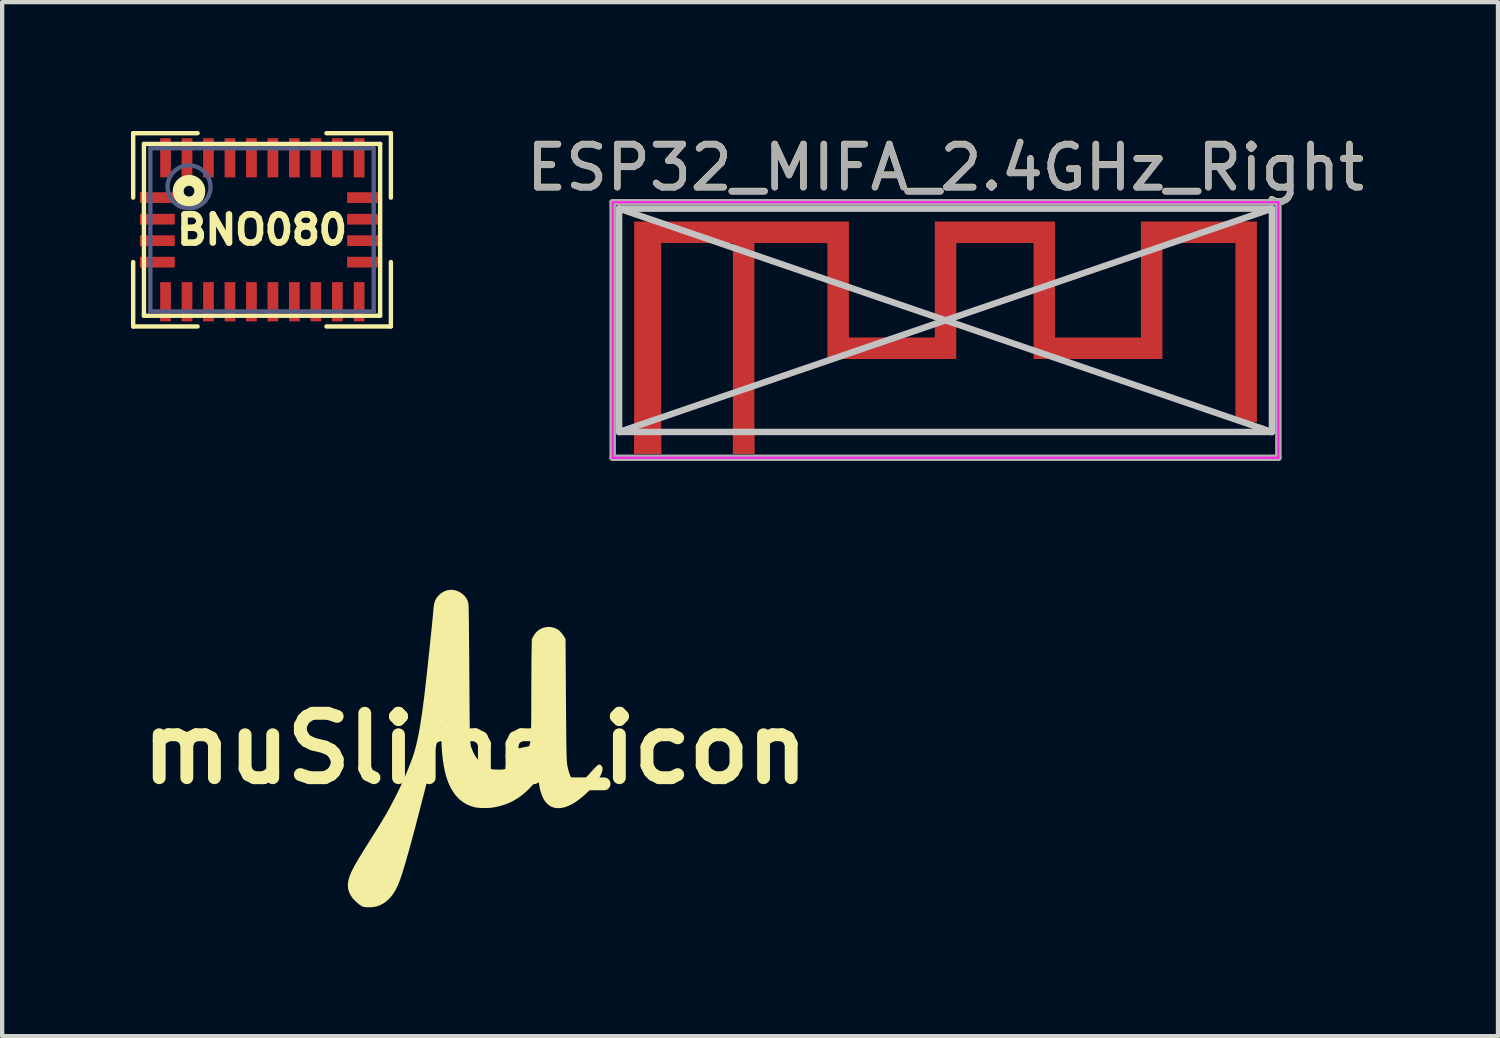
<source format=kicad_pcb>
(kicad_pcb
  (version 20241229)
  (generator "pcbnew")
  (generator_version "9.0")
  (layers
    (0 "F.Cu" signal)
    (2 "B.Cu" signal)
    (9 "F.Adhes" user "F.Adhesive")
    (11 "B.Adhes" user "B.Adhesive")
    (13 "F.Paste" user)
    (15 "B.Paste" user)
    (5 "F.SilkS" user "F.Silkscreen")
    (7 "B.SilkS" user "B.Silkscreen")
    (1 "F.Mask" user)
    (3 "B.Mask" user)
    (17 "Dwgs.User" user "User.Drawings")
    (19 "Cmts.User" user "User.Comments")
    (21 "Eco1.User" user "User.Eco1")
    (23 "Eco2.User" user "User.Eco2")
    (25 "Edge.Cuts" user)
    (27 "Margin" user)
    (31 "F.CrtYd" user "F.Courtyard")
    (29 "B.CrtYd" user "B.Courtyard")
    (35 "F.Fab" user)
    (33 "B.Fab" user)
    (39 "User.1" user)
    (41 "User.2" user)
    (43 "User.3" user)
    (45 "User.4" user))
  (footprint "muSlime_icon"
    (layer "F.Cu")
    (at 8.014 14.379)
    (property "Reference" "muSlime_icon" (at 0 0 0) (layer "F.SilkS") (effects (font (size 1.5 1.5) (thickness 0.3))))
    (attr board_only exclude_from_pos_files exclude_from_bom)
    (fp_poly (pts (xy -0.453 -3.682) (xy -0.38 -3.654) (xy -0.312 -3.612) (xy -0.26 -3.567) (xy -0.214 -3.513) (xy -0.182 -3.457) (xy -0.163 -3.398) (xy -0.158 -3.37) (xy -0.157 -3.356) (xy -0.156 -3.338) (xy -0.154 -3.314) (xy -0.153 -3.285) (xy -0.152 -3.249) (xy -0.151 -3.206) (xy -0.15 -3.156) (xy -0.149 -3.098) (xy -0.148 -3.031) (xy -0.147 -2.955) (xy -0.146 -2.87) (xy -0.145 -2.775) (xy -0.144 -2.669) (xy -0.143 -2.551) (xy -0.142 -2.422) (xy -0.141 -2.281) (xy -0.139 -2.127) (xy -0.138 -1.96) (xy -0.137 -1.779) (xy -0.136 -1.583) (xy -0.135 -1.513) (xy -0.134 -1.345) (xy -0.133 -1.191) (xy -0.132 -1.051) (xy -0.131 -0.923) (xy -0.13 -0.808) (xy -0.129 -0.704) (xy -0.128 -0.611) (xy -0.127 -0.529) (xy -0.125 -0.455) (xy -0.124 -0.39) (xy -0.122 -0.333) (xy -0.12 -0.283) (xy -0.119 -0.24) (xy -0.117 -0.203) (xy -0.114 -0.17) (xy -0.112 -0.142) (xy -0.109 -0.117) (xy -0.106 -0.095) (xy -0.103 -0.076) (xy -0.102 -0.068) (xy -0.092 -0.031) (xy -0.075 0.014) (xy -0.054 0.065) (xy -0.029 0.116) (xy -0.002 0.165) (xy 0.021 0.203) (xy 0.051 0.243) (xy 0.089 0.287) (xy 0.131 0.33) (xy 0.173 0.367) (xy 0.201 0.39) (xy 0.246 0.419) (xy 0.296 0.445) (xy 0.346 0.466) (xy 0.391 0.481) (xy 0.399 0.482) (xy 0.427 0.486) (xy 0.467 0.489) (xy 0.512 0.49) (xy 0.561 0.49) (xy 0.607 0.489) (xy 0.648 0.487) (xy 0.678 0.483) (xy 0.681 0.482) (xy 0.722 0.47) (xy 0.772 0.449) (xy 0.827 0.421) (xy 0.886 0.387) (xy 0.913 0.37) (xy 0.988 0.314) (xy 1.058 0.249) (xy 1.121 0.177) (xy 1.177 0.099) (xy 1.224 0.019) (xy 1.259 -0.061) (xy 1.28 -0.135) (xy 1.284 -0.157) (xy 1.287 -0.183) (xy 1.29 -0.214) (xy 1.293 -0.252) (xy 1.296 -0.296) (xy 1.298 -0.347) (xy 1.3 -0.407) (xy 1.301 -0.476) (xy 1.303 -0.555) (xy 1.304 -0.644) (xy 1.305 -0.745) (xy 1.305 -0.858) (xy 1.306 -0.985) (xy 1.306 -1.125) (xy 1.306 -1.212) (xy 1.306 -1.325) (xy 1.307 -1.439) (xy 1.307 -1.552) (xy 1.308 -1.664) (xy 1.308 -1.771) (xy 1.309 -1.873) (xy 1.309 -1.969) (xy 1.31 -2.056) (xy 1.311 -2.132) (xy 1.312 -2.197) (xy 1.312 -2.249) (xy 1.313 -2.254) (xy 1.318 -2.541) (xy 1.345 -2.598) (xy 1.385 -2.665) (xy 1.434 -2.722) (xy 1.492 -2.768) (xy 1.556 -2.802) (xy 1.625 -2.823) (xy 1.697 -2.833) (xy 1.77 -2.828) (xy 1.844 -2.81) (xy 1.898 -2.787) (xy 1.932 -2.766) (xy 1.969 -2.734) (xy 2.006 -2.695) (xy 2.04 -2.654) (xy 2.068 -2.612) (xy 2.073 -2.604) (xy 2.104 -2.548) (xy 2.113 -1.23) (xy 2.114 -1.05) (xy 2.115 -0.884) (xy 2.116 -0.732) (xy 2.118 -0.594) (xy 2.119 -0.467) (xy 2.12 -0.352) (xy 2.121 -0.249) (xy 2.122 -0.156) (xy 2.123 -0.073) (xy 2.125 0.001) (xy 2.126 0.067) (xy 2.127 0.125) (xy 2.129 0.175) (xy 2.131 0.219) (xy 2.132 0.257) (xy 2.134 0.29) (xy 2.136 0.319) (xy 2.139 0.344) (xy 2.141 0.365) (xy 2.144 0.384) (xy 2.147 0.401) (xy 2.147 0.403) (xy 2.167 0.491) (xy 2.19 0.57) (xy 2.217 0.639) (xy 2.248 0.696) (xy 2.28 0.742) (xy 2.315 0.774) (xy 2.352 0.792) (xy 2.354 0.792) (xy 2.38 0.797) (xy 2.407 0.795) (xy 2.435 0.787) (xy 2.465 0.772) (xy 2.499 0.748) (xy 2.537 0.715) (xy 2.581 0.672) (xy 2.632 0.618) (xy 2.678 0.567) (xy 2.728 0.512) (xy 2.769 0.468) (xy 2.802 0.433) (xy 2.829 0.407) (xy 2.851 0.389) (xy 2.868 0.377) (xy 2.882 0.371) (xy 2.891 0.37) (xy 2.912 0.377) (xy 2.933 0.394) (xy 2.951 0.419) (xy 2.963 0.446) (xy 2.964 0.451) (xy 2.965 0.493) (xy 2.954 0.543) (xy 2.933 0.599) (xy 2.902 0.661) (xy 2.861 0.726) (xy 2.812 0.795) (xy 2.756 0.866) (xy 2.693 0.937) (xy 2.624 1.008) (xy 2.55 1.078) (xy 2.471 1.146) (xy 2.43 1.178) (xy 2.336 1.246) (xy 2.244 1.3) (xy 2.155 1.342) (xy 2.069 1.371) (xy 1.986 1.386) (xy 1.907 1.388) (xy 1.833 1.376) (xy 1.765 1.35) (xy 1.756 1.345) (xy 1.732 1.33) (xy 1.704 1.308) (xy 1.676 1.283) (xy 1.667 1.274) (xy 1.624 1.224) (xy 1.586 1.163) (xy 1.553 1.09) (xy 1.525 1.006) (xy 1.501 0.908) (xy 1.481 0.797) (xy 1.48 0.791) (xy 1.474 0.753) (xy 1.47 0.719) (xy 1.466 0.694) (xy 1.464 0.68) (xy 1.464 0.678) (xy 1.461 0.68) (xy 1.451 0.692) (xy 1.436 0.712) (xy 1.426 0.728) (xy 1.36 0.82) (xy 1.281 0.911) (xy 1.193 0.997) (xy 1.097 1.079) (xy 0.996 1.152) (xy 0.893 1.214) (xy 0.8 1.26) (xy 0.694 1.303) (xy 0.586 1.336) (xy 0.471 1.363) (xy 0.426 1.371) (xy 0.373 1.378) (xy 0.31 1.383) (xy 0.242 1.385) (xy 0.173 1.384) (xy 0.108 1.382) (xy 0.049 1.376) (xy 0.001 1.369) (xy 0 1.369) (xy -0.107 1.338) (xy -0.207 1.294) (xy -0.298 1.238) (xy -0.381 1.169) (xy -0.457 1.087) (xy -0.524 0.992) (xy -0.569 0.914) (xy -0.612 0.824) (xy -0.649 0.728) (xy -0.682 0.625) (xy -0.71 0.514) (xy -0.734 0.393) (xy -0.753 0.263) (xy -0.769 0.121) (xy -0.78 -0.033) (xy -0.788 -0.2) (xy -0.79 -0.294) (xy -0.792 -0.351) (xy -0.793 -0.4) (xy -0.795 -0.441) (xy -0.797 -0.471) (xy -0.799 -0.49) (xy -0.801 -0.495) (xy -0.801 -0.494) (xy -0.804 -0.485) (xy -0.81 -0.462) (xy -0.819 -0.426) (xy -0.831 -0.38) (xy -0.846 -0.323) (xy -0.863 -0.256) (xy -0.881 -0.182) (xy -0.902 -0.101) (xy -0.924 -0.014) (xy -0.947 0.078) (xy -0.963 0.14) (xy -1.029 0.402) (xy -1.091 0.65) (xy -1.151 0.885) (xy -1.207 1.105) (xy -1.261 1.313) (xy -1.311 1.508) (xy -1.359 1.69) (xy -1.403 1.86) (xy -1.446 2.019) (xy -1.485 2.166) (xy -1.523 2.303) (xy -1.558 2.429) (xy -1.591 2.544) (xy -1.621 2.651) (xy -1.65 2.747) (xy -1.677 2.835) (xy -1.702 2.914) (xy -1.725 2.985) (xy -1.747 3.048) (xy -1.768 3.103) (xy -1.787 3.152) (xy -1.794 3.17) (xy -1.848 3.282) (xy -1.908 3.381) (xy -1.975 3.468) (xy -2.049 3.541) (xy -2.128 3.6) (xy -2.214 3.647) (xy -2.296 3.676) (xy -2.334 3.684) (xy -2.382 3.691) (xy -2.435 3.695) (xy -2.488 3.696) (xy -2.536 3.695) (xy -2.57 3.691) (xy -2.598 3.686) (xy -2.621 3.679) (xy -2.642 3.669) (xy -2.667 3.653) (xy -2.699 3.631) (xy -2.708 3.624) (xy -2.784 3.559) (xy -2.848 3.491) (xy -2.898 3.419) (xy -2.935 3.346) (xy -2.957 3.27) (xy -2.965 3.194) (xy -2.964 3.163) (xy -2.96 3.124) (xy -2.954 3.086) (xy -2.946 3.047) (xy -2.936 3.007) (xy -2.921 2.964) (xy -2.903 2.919) (xy -2.881 2.869) (xy -2.855 2.814) (xy -2.823 2.754) (xy -2.786 2.687) (xy -2.742 2.612) (xy -2.693 2.529) (xy -2.636 2.436) (xy -2.573 2.334) (xy -2.501 2.22) (xy -2.456 2.147) (xy -2.382 2.03) (xy -2.315 1.924) (xy -2.255 1.828) (xy -2.201 1.739) (xy -2.152 1.657) (xy -2.106 1.58) (xy -2.064 1.507) (xy -2.023 1.435) (xy -1.984 1.363) (xy -1.944 1.291) (xy -1.905 1.215) (xy -1.885 1.178) (xy -1.826 1.062) (xy -1.767 0.94) (xy -1.708 0.815) (xy -1.652 0.689) (xy -1.598 0.566) (xy -1.549 0.446) (xy -1.504 0.332) (xy -1.465 0.228) (xy -1.445 0.17) (xy -1.422 0.097) (xy -1.4 0.021) (xy -1.378 -0.061) (xy -1.357 -0.149) (xy -1.337 -0.243) (xy -1.316 -0.344) (xy -1.296 -0.453) (xy -1.277 -0.57) (xy -1.257 -0.697) (xy -1.237 -0.833) (xy -1.217 -0.98) (xy -1.196 -1.138) (xy -1.175 -1.308) (xy -1.154 -1.491) (xy -1.132 -1.687) (xy -1.109 -1.897) (xy -1.095 -2.03) (xy -1.079 -2.186) (xy -1.064 -2.327) (xy -1.05 -2.454) (xy -1.039 -2.569) (xy -1.028 -2.672) (xy -1.018 -2.764) (xy -1.01 -2.845) (xy -1.003 -2.916) (xy -0.997 -2.979) (xy -0.991 -3.033) (xy -0.987 -3.08) (xy -0.983 -3.12) (xy -0.98 -3.154) (xy -0.977 -3.183) (xy -0.975 -3.207) (xy -0.974 -3.228) (xy -0.973 -3.235) (xy -0.966 -3.313) (xy -0.954 -3.379) (xy -0.936 -3.436) (xy -0.912 -3.486) (xy -0.898 -3.509) (xy -0.85 -3.569) (xy -0.793 -3.618) (xy -0.73 -3.656) (xy -0.662 -3.683) (xy -0.591 -3.696) (xy -0.531 -3.696)) (stroke (width 0) (type solid)) (fill yes) (layer "F.SilkS")))
  (footprint "ESP32_MIFA_2.4GHz_Right"
    (layer "F.Cu")
    (at 14.415 7.258)
    (property "Reference" "ESP32_MIFA_2.4GHz_Right" (at 4.55 -6.41 0) (layer "F.SilkS") (effects (font (size 1 1) (thickness 0.15))))
    (attr exclude_from_pos_files exclude_from_bom)
    (fp_poly (pts (xy 2.3 -2.45) (xy 4.3 -2.45) (xy 4.3 -5.15) (xy 7.1 -5.15) (xy 7.1 -2.45) (xy 9.1 -2.45) (xy 9.1 -5.15) (xy 11.8 -5.15) (xy 11.8 -0.48) (xy 11.3 -0.48) (xy 11.3 -4.65) (xy 9.6 -4.65) (xy 9.6 -1.95) (xy 6.6 -1.95) (xy 6.6 -4.65) (xy 4.8 -4.65) (xy 4.8 -1.95) (xy 1.8 -1.95) (xy 1.8 -4.65) (xy 0.1 -4.65) (xy 0.1 0.26) (xy -0.4 0.26) (xy -0.4 -4.65) (xy -2.07 -4.65) (xy -2.07 0.26) (xy -2.7 0.26) (xy -2.7 0.007) (xy -2.398 0.007) (xy -2.388 0.054) (xy -2.364 0.097) (xy -2.326 0.13) (xy -2.318 0.134) (xy -2.275 0.146) (xy -2.227 0.145) (xy -2.181 0.132) (xy -2.163 0.122) (xy -2.129 0.087) (xy -2.108 0.041) (xy -2.102 -0.008) (xy -2.11 -0.056) (xy -2.127 -0.089) (xy -2.162 -0.121) (xy -2.208 -0.141) (xy -2.257 -0.148) (xy -2.305 -0.14) (xy -2.338 -0.123) (xy -2.373 -0.086) (xy -2.393 -0.042) (xy -2.398 0.007) (xy -2.7 0.028) (xy -2.7 -5.15) (xy 2.3 -5.15) (xy 2.3 -2.51)) (stroke (width 0) (type solid)) (fill yes) (layer "F.Cu"))
    (fp_line (start -3.05 -5.45) (end 12.15 -5.45) (stroke (width 0.15) (type solid)) (layer "Dwgs.User"))
    (fp_line (start -3.05 -5.45) (end 12.15 -0.25) (stroke (width 0.15) (type solid)) (layer "Dwgs.User"))
    (fp_line (start -3.05 -0.25) (end -3.05 -5.45) (stroke (width 0.15) (type solid)) (layer "Dwgs.User"))
    (fp_line (start -3.05 -0.25) (end 12.15 -5.45) (stroke (width 0.15) (type solid)) (layer "Dwgs.User"))
    (fp_line (start -3.05 -0.25) (end 12.15 -0.25) (stroke (width 0.15) (type solid)) (layer "Dwgs.User"))
    (fp_line (start 12.15 -0.25) (end 12.15 -5.45) (stroke (width 0.15) (type solid)) (layer "Dwgs.User"))
    (fp_line (start -3.2 -5.6) (end 12.3 -5.6) (stroke (width 0.05) (type solid)) (layer "F.CrtYd"))
    (fp_line (start -3.2 0.35) (end -3.2 -5.6) (stroke (width 0.05) (type solid)) (layer "F.CrtYd"))
    (fp_line (start 12.3 -5.6) (end 12.3 0.35) (stroke (width 0.05) (type solid)) (layer "F.CrtYd"))
    (fp_line (start 12.3 0.35) (end -3.2 0.35) (stroke (width 0.05) (type solid)) (layer "F.CrtYd"))
    (fp_line (start -3.2 -5.6) (end 12.3 -5.6) (stroke (width 0.15) (type solid)) (layer "F.Fab"))
    (fp_line (start -3.2 0.35) (end -3.2 -5.6) (stroke (width 0.15) (type solid)) (layer "F.Fab"))
    (fp_line (start 12.3 -5.6) (end 12.3 0.35) (stroke (width 0.15) (type solid)) (layer "F.Fab"))
    (fp_line (start 12.3 0.35) (end -3.2 0.35) (stroke (width 0.15) (type solid)) (layer "F.Fab"))
    (fp_text user "${REFERENCE}" (at 4.55 -6.4 0) (layer "F.Fab") (effects (font (size 1 1) (thickness 0.15))))
    (pad "1" connect rect (at -0.15 0.01) (size 0.5 0.5) (layers "F.Cu"))
    (pad "2" smd rect (at -2.385 0.01) (size 0.63 0.5) (layers "F.Cu" "F.Mask")))
  (footprint "BNO080"
    (layer "F.Cu")
    (at 3.051 2.301)
    (property "Reference" "BNO080" (at 0 0 0) (unlocked yes) (layer "F.SilkS") (effects (font (size 0.659 0.659) (thickness 0.152))))
    (fp_line (start -3 -2.25) (end -3 -0.75) (stroke (width 0.102) (type solid)) (layer "F.SilkS"))
    (fp_line (start -3 0.75) (end -3 2.25) (stroke (width 0.102) (type solid)) (layer "F.SilkS"))
    (fp_line (start -2.75 -2) (end -2.75 2) (stroke (width 0.102) (type solid)) (layer "F.SilkS"))
    (fp_line (start -1.5 -2.25) (end -3 -2.25) (stroke (width 0.102) (type solid)) (layer "F.SilkS"))
    (fp_line (start -1.5 2.25) (end -3 2.25) (stroke (width 0.102) (type solid)) (layer "F.SilkS"))
    (fp_line (start 2.75 -2) (end -2.75 -2) (stroke (width 0.102) (type solid)) (layer "F.SilkS"))
    (fp_line (start 2.75 -2) (end 2.75 2) (stroke (width 0.102) (type solid)) (layer "F.SilkS"))
    (fp_line (start 2.75 2) (end -2.75 2) (stroke (width 0.102) (type solid)) (layer "F.SilkS"))
    (fp_line (start 3 -2.25) (end 1.5 -2.25) (stroke (width 0.102) (type solid)) (layer "F.SilkS"))
    (fp_line (start 3 -2.25) (end 3 -0.75) (stroke (width 0.102) (type solid)) (layer "F.SilkS"))
    (fp_line (start 3 0.75) (end 3 2.25) (stroke (width 0.102) (type solid)) (layer "F.SilkS"))
    (fp_line (start 3 2.25) (end 1.5 2.25) (stroke (width 0.102) (type solid)) (layer "F.SilkS"))
    (fp_circle (center -1.7 -0.9) (end -1.7 -0.775) (stroke (width 0.254) (type solid)) (fill no) (layer "F.SilkS"))
    (fp_line (start -2.85 -2.15) (end -2.85 2.15) (stroke (width 0.05) (type solid)) (layer "Eco1.User"))
    (fp_line (start -2.85 -2.15) (end 2.85 -2.15) (stroke (width 0.05) (type solid)) (layer "Eco1.User"))
    (fp_line (start -2.85 2.15) (end 2.85 2.15) (stroke (width 0.05) (type solid)) (layer "Eco1.User"))
    (fp_line (start -0.5 0.00001) (end 0.5 0.00001) (stroke (width 0.1) (type solid)) (layer "Eco1.User"))
    (fp_line (start 0 -0.5) (end 0 0.5) (stroke (width 0.1) (type solid)) (layer "Eco1.User"))
    (fp_line (start 2.85 -2.15) (end 2.85 2.15) (stroke (width 0.05) (type solid)) (layer "Eco1.User"))
    (fp_line (start -2.6 -1.9) (end -2.6 1.9) (stroke (width 0.1) (type solid)) (layer "B.Fab"))
    (fp_line (start -2.6 -1.9) (end 2.6 -1.9) (stroke (width 0.1) (type solid)) (layer "B.Fab"))
    (fp_line (start -2.6 1.9) (end 2.6 1.9) (stroke (width 0.1) (type solid)) (layer "B.Fab"))
    (fp_line (start 2.6 -1.9) (end 2.6 1.9) (stroke (width 0.1) (type solid)) (layer "B.Fab"))
    (fp_circle (center -1.7 -1) (end -1.2 -1) (stroke (width 0.1) (type solid)) (fill no) (layer "B.Fab"))
    (pad "1" smd rect (at -2.247 -1.677) (size 0.25 0.914) (layers "F.Cu" "F.Mask" "F.Paste"))
    (pad "2" smd rect (at -2.438 -0.75 90) (size 0.25 0.813) (layers "F.Cu" "F.Mask" "F.Paste"))
    (pad "3" smd rect (at -2.438 -0.247 90) (size 0.25 0.813) (layers "F.Cu" "F.Mask" "F.Paste"))
    (pad "4" smd rect (at -2.438 0.253 90) (size 0.25 0.813) (layers "F.Cu" "F.Mask" "F.Paste"))
    (pad "5" smd rect (at -2.438 0.753 90) (size 0.25 0.813) (layers "F.Cu" "F.Mask" "F.Paste"))
    (pad "6" smd rect (at -2.247 1.675 180) (size 0.25 0.914) (layers "F.Cu" "F.Mask" "F.Paste"))
    (pad "7" smd rect (at -1.747 1.675 180) (size 0.25 0.914) (layers "F.Cu" "F.Mask" "F.Paste"))
    (pad "8" smd rect (at -1.247 1.675 180) (size 0.25 0.914) (layers "F.Cu" "F.Mask" "F.Paste"))
    (pad "9" smd rect (at -0.747 1.675 180) (size 0.25 0.914) (layers "F.Cu" "F.Mask" "F.Paste"))
    (pad "10" smd rect (at -0.247 1.675 180) (size 0.25 0.914) (layers "F.Cu" "F.Mask" "F.Paste"))
    (pad "11" smd rect (at 0.253 1.675 180) (size 0.25 0.914) (layers "F.Cu" "F.Mask" "F.Paste"))
    (pad "12" smd rect (at 0.753 1.675 180) (size 0.25 0.914) (layers "F.Cu" "F.Mask" "F.Paste"))
    (pad "13" smd rect (at 1.253 1.675 180) (size 0.25 0.914) (layers "F.Cu" "F.Mask" "F.Paste"))
    (pad "14" smd rect (at 1.753 1.675 180) (size 0.25 0.914) (layers "F.Cu" "F.Mask" "F.Paste"))
    (pad "15" smd rect (at 2.261 1.675 180) (size 0.25 0.914) (layers "F.Cu" "F.Mask" "F.Paste"))
    (pad "16" smd rect (at 2.388 0.753 270) (size 0.25 0.813) (layers "F.Cu" "F.Mask" "F.Paste"))
    (pad "17" smd rect (at 2.388 0.253 270) (size 0.25 0.813) (layers "F.Cu" "F.Mask" "F.Paste"))
    (pad "18" smd rect (at 2.388 -0.247 270) (size 0.25 0.813) (layers "F.Cu" "F.Mask" "F.Paste"))
    (pad "19" smd rect (at 2.388 -0.75 270) (size 0.25 0.813) (layers "F.Cu" "F.Mask" "F.Paste"))
    (pad "20" smd rect (at 2.261 -1.677) (size 0.25 0.914) (layers "F.Cu" "F.Mask" "F.Paste"))
    (pad "21" smd rect (at 1.753 -1.677) (size 0.25 0.914) (layers "F.Cu" "F.Mask" "F.Paste"))
    (pad "22" smd rect (at 1.253 -1.677) (size 0.25 0.914) (layers "F.Cu" "F.Mask" "F.Paste"))
    (pad "23" smd rect (at 0.753 -1.677) (size 0.25 0.914) (layers "F.Cu" "F.Mask" "F.Paste"))
    (pad "24" smd rect (at 0.253 -1.677) (size 0.25 0.914) (layers "F.Cu" "F.Mask" "F.Paste"))
    (pad "25" smd rect (at -0.247 -1.677) (size 0.25 0.914) (layers "F.Cu" "F.Mask" "F.Paste"))
    (pad "26" smd rect (at -0.747 -1.677) (size 0.25 0.914) (layers "F.Cu" "F.Mask" "F.Paste"))
    (pad "27" smd rect (at -1.247 -1.677) (size 0.25 0.914) (layers "F.Cu" "F.Mask" "F.Paste"))
    (pad "28" smd rect (at -1.747 -1.677) (size 0.25 0.914) (layers "F.Cu" "F.Mask" "F.Paste")))
  (gr_rect
    (start -3 -3)
    (end 31.828 21.075)
    (stroke (width 0.1) (type default))
    (fill no)
    (layer "Edge.Cuts")))
</source>
